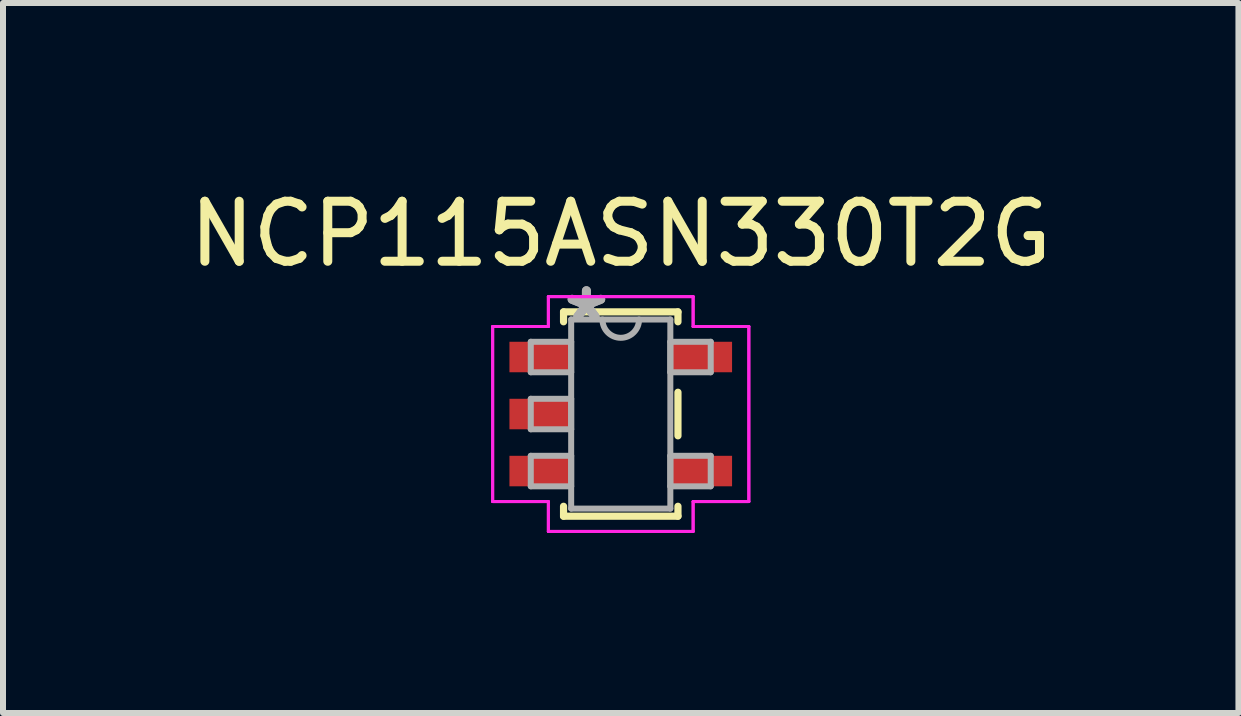
<source format=kicad_pcb>
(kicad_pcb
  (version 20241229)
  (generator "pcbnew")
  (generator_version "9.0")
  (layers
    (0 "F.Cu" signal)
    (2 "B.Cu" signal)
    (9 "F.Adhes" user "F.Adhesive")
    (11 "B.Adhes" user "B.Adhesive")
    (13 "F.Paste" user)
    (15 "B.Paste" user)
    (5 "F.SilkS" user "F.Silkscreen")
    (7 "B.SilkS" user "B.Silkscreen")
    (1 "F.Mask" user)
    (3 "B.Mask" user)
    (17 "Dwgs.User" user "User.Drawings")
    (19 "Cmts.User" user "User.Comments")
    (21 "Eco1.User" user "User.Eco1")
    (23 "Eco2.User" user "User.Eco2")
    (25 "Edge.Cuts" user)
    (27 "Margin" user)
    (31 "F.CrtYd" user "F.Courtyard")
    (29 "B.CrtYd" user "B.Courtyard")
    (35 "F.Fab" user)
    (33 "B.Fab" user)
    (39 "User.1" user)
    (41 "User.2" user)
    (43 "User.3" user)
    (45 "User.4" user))
  (footprint "NCP115ASN330T2G"
    (layer "F.Cu")
    (at 7.292 3.848)
    (property "Reference" "NCP115ASN330T2G" (at 0 -3 0) (layer "F.SilkS") (effects (font (size 1 1) (thickness 0.15))))
    (attr through_hole)
    (fp_line (start -0.953 -1.702) (end -0.953 -1.537) (stroke (width 0.12) (type solid)) (layer "F.SilkS"))
    (fp_line (start -0.953 1.537) (end -0.953 1.702) (stroke (width 0.12) (type solid)) (layer "F.SilkS"))
    (fp_line (start -0.953 1.702) (end 0.953 1.702) (stroke (width 0.12) (type solid)) (layer "F.SilkS"))
    (fp_line (start 0.953 -1.702) (end -0.953 -1.702) (stroke (width 0.12) (type solid)) (layer "F.SilkS"))
    (fp_line (start 0.953 -1.537) (end 0.953 -1.702) (stroke (width 0.12) (type solid)) (layer "F.SilkS"))
    (fp_line (start 0.953 0.363) (end 0.953 -0.363) (stroke (width 0.12) (type solid)) (layer "F.SilkS"))
    (fp_line (start 0.953 1.702) (end 0.953 1.537) (stroke (width 0.12) (type solid)) (layer "F.SilkS"))
    (fp_line (start -2.134 -1.458) (end -1.206 -1.458) (stroke (width 0.05) (type solid)) (layer "F.CrtYd"))
    (fp_line (start -2.134 -1.458) (end -1.206 -1.458) (stroke (width 0.05) (type solid)) (layer "F.CrtYd"))
    (fp_line (start -2.134 1.458) (end -2.134 -1.458) (stroke (width 0.05) (type solid)) (layer "F.CrtYd"))
    (fp_line (start -2.134 1.458) (end -2.134 -1.458) (stroke (width 0.05) (type solid)) (layer "F.CrtYd"))
    (fp_line (start -1.206 -1.956) (end 1.206 -1.956) (stroke (width 0.05) (type solid)) (layer "F.CrtYd"))
    (fp_line (start -1.206 -1.956) (end 1.206 -1.956) (stroke (width 0.05) (type solid)) (layer "F.CrtYd"))
    (fp_line (start -1.206 -1.458) (end -1.206 -1.956) (stroke (width 0.05) (type solid)) (layer "F.CrtYd"))
    (fp_line (start -1.206 -1.458) (end -1.206 -1.956) (stroke (width 0.05) (type solid)) (layer "F.CrtYd"))
    (fp_line (start -1.206 1.458) (end -2.134 1.458) (stroke (width 0.05) (type solid)) (layer "F.CrtYd"))
    (fp_line (start -1.206 1.458) (end -2.134 1.458) (stroke (width 0.05) (type solid)) (layer "F.CrtYd"))
    (fp_line (start -1.206 1.956) (end -1.206 1.458) (stroke (width 0.05) (type solid)) (layer "F.CrtYd"))
    (fp_line (start -1.206 1.956) (end -1.206 1.458) (stroke (width 0.05) (type solid)) (layer "F.CrtYd"))
    (fp_line (start 1.206 -1.956) (end 1.206 -1.458) (stroke (width 0.05) (type solid)) (layer "F.CrtYd"))
    (fp_line (start 1.206 -1.956) (end 1.206 -1.458) (stroke (width 0.05) (type solid)) (layer "F.CrtYd"))
    (fp_line (start 1.206 -1.458) (end 2.134 -1.458) (stroke (width 0.05) (type solid)) (layer "F.CrtYd"))
    (fp_line (start 1.206 -1.458) (end 2.134 -1.458) (stroke (width 0.05) (type solid)) (layer "F.CrtYd"))
    (fp_line (start 1.206 1.458) (end 1.206 1.956) (stroke (width 0.05) (type solid)) (layer "F.CrtYd"))
    (fp_line (start 1.206 1.458) (end 1.206 1.956) (stroke (width 0.05) (type solid)) (layer "F.CrtYd"))
    (fp_line (start 1.206 1.956) (end -1.206 1.956) (stroke (width 0.05) (type solid)) (layer "F.CrtYd"))
    (fp_line (start 1.206 1.956) (end -1.206 1.956) (stroke (width 0.05) (type solid)) (layer "F.CrtYd"))
    (fp_line (start 2.134 -1.458) (end 2.134 1.458) (stroke (width 0.05) (type solid)) (layer "F.CrtYd"))
    (fp_line (start 2.134 -1.458) (end 2.134 1.458) (stroke (width 0.05) (type solid)) (layer "F.CrtYd"))
    (fp_line (start 2.134 1.458) (end 1.206 1.458) (stroke (width 0.05) (type solid)) (layer "F.CrtYd"))
    (fp_line (start 2.134 1.458) (end 1.206 1.458) (stroke (width 0.05) (type solid)) (layer "F.CrtYd"))
    (fp_line (start -1.499 -1.204) (end -1.499 -0.696) (stroke (width 0.1) (type solid)) (layer "F.Fab"))
    (fp_line (start -1.499 -0.696) (end -0.826 -0.696) (stroke (width 0.1) (type solid)) (layer "F.Fab"))
    (fp_line (start -1.499 -0.254) (end -1.499 0.254) (stroke (width 0.1) (type solid)) (layer "F.Fab"))
    (fp_line (start -1.499 0.254) (end -0.826 0.254) (stroke (width 0.1) (type solid)) (layer "F.Fab"))
    (fp_line (start -1.499 0.696) (end -1.499 1.204) (stroke (width 0.1) (type solid)) (layer "F.Fab"))
    (fp_line (start -1.499 1.204) (end -0.826 1.204) (stroke (width 0.1) (type solid)) (layer "F.Fab"))
    (fp_line (start -0.826 -1.575) (end -0.826 1.575) (stroke (width 0.1) (type solid)) (layer "F.Fab"))
    (fp_line (start -0.826 -1.204) (end -1.499 -1.204) (stroke (width 0.1) (type solid)) (layer "F.Fab"))
    (fp_line (start -0.826 -0.696) (end -0.826 -1.204) (stroke (width 0.1) (type solid)) (layer "F.Fab"))
    (fp_line (start -0.826 -0.254) (end -1.499 -0.254) (stroke (width 0.1) (type solid)) (layer "F.Fab"))
    (fp_line (start -0.826 0.254) (end -0.826 -0.254) (stroke (width 0.1) (type solid)) (layer "F.Fab"))
    (fp_line (start -0.826 0.696) (end -1.499 0.696) (stroke (width 0.1) (type solid)) (layer "F.Fab"))
    (fp_line (start -0.826 1.204) (end -0.826 0.696) (stroke (width 0.1) (type solid)) (layer "F.Fab"))
    (fp_line (start -0.826 1.575) (end 0.826 1.575) (stroke (width 0.1) (type solid)) (layer "F.Fab"))
    (fp_line (start 0.826 -1.575) (end -0.826 -1.575) (stroke (width 0.1) (type solid)) (layer "F.Fab"))
    (fp_line (start 0.826 -1.204) (end 0.826 -0.696) (stroke (width 0.1) (type solid)) (layer "F.Fab"))
    (fp_line (start 0.826 -0.696) (end 1.499 -0.696) (stroke (width 0.1) (type solid)) (layer "F.Fab"))
    (fp_line (start 0.826 0.696) (end 0.826 1.204) (stroke (width 0.1) (type solid)) (layer "F.Fab"))
    (fp_line (start 0.826 1.204) (end 1.499 1.204) (stroke (width 0.1) (type solid)) (layer "F.Fab"))
    (fp_line (start 0.826 1.575) (end 0.826 -1.575) (stroke (width 0.1) (type solid)) (layer "F.Fab"))
    (fp_line (start 1.499 -1.204) (end 0.826 -1.204) (stroke (width 0.1) (type solid)) (layer "F.Fab"))
    (fp_line (start 1.499 -0.696) (end 1.499 -1.204) (stroke (width 0.1) (type solid)) (layer "F.Fab"))
    (fp_line (start 1.499 0.696) (end 0.826 0.696) (stroke (width 0.1) (type solid)) (layer "F.Fab"))
    (fp_line (start 1.499 1.204) (end 1.499 0.696) (stroke (width 0.1) (type solid)) (layer "F.Fab"))
    (fp_arc (start 0.3048 -1.5748) (mid 0 -1.27) (end -0.3048 -1.5748) (stroke (width 0.1) (type solid)) (layer "F.Fab"))
    (fp_text user "*" (at -0.572 -1.509 0) (layer "F.Fab") (effects (font (size 1 1) (thickness 0.15))))
    (fp_text user "*" (at -0.572 -1.509 0) (layer "F.Fab") (effects (font (size 1 1) (thickness 0.15))))
    (pad "1" smd rect (at -1.34 -0.95) (size 1.029 0.508) (layers "F.Cu" "F.Mask" "F.Paste"))
    (pad "2" smd rect (at -1.34 0) (size 1.029 0.508) (layers "F.Cu" "F.Mask" "F.Paste"))
    (pad "3" smd rect (at -1.34 0.95) (size 1.029 0.508) (layers "F.Cu" "F.Mask" "F.Paste"))
    (pad "4" smd rect (at 1.34 0.95) (size 1.029 0.508) (layers "F.Cu" "F.Mask" "F.Paste"))
    (pad "5" smd rect (at 1.34 -0.95) (size 1.029 0.508) (layers "F.Cu" "F.Mask" "F.Paste")))
  (gr_rect
    (start -3 -3)
    (end 17.583 8.829)
    (stroke (width 0.1) (type default))
    (fill no)
    (layer "Edge.Cuts")))
</source>
